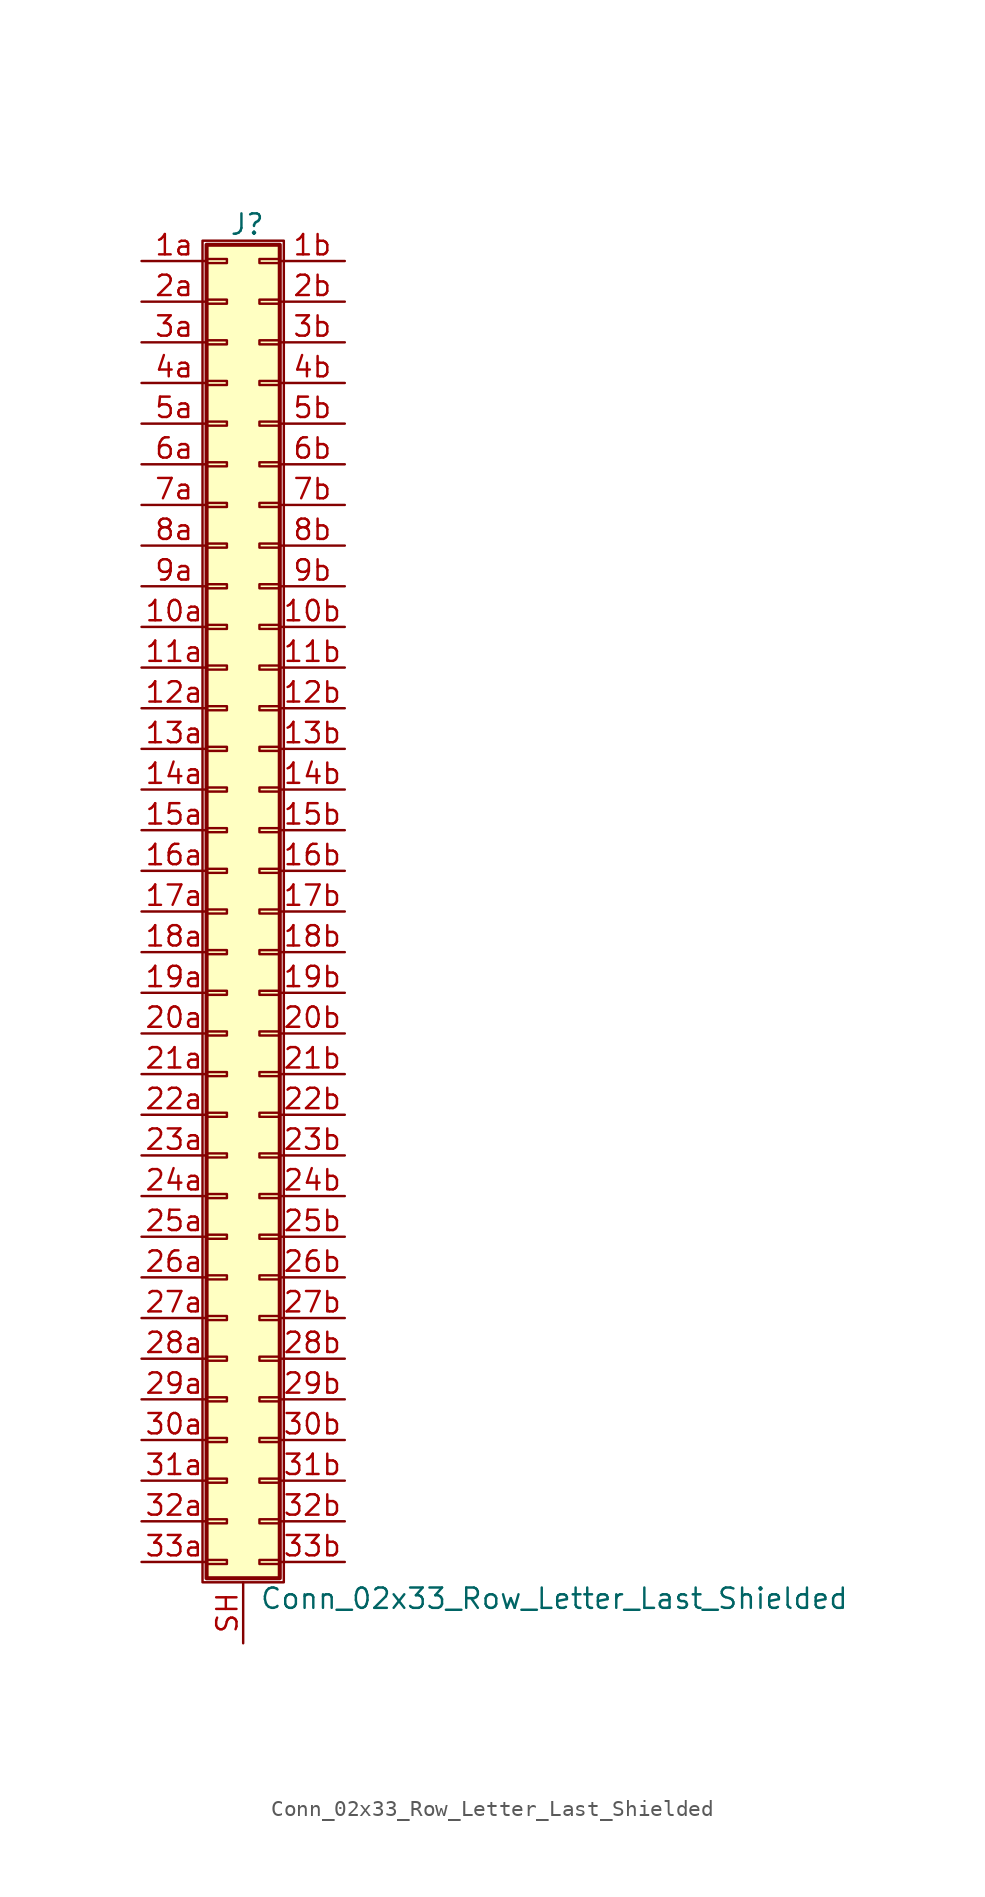
<source format=kicad_sym>
(kicad_symbol_lib
  (version 20201005)
  (generator kicad_symbol_editor)
  (symbol "Conn_02x33_Row_Letter_Last_Shielded"
    (pin_names
      (offset 1.016) hide)
    (property "Reference" "J"
      (at 1.524 42.926 0)
      (effects (font (size 1.27 1.27))))
    (property "Value" "Conn_02x33_Row_Letter_Last_Shielded"
      (at 2.286 -42.926 0)
      (effects (font (size 1.27 1.27)) (justify left)))
    (symbol "Conn_02x33_Row_Letter_Last_Shielded_1_1"
      (rectangle (start -1.27 41.91) (end 3.81 -41.91) (stroke (width 0.152)) (fill (type none)))
      (rectangle (start -1.016 -40.513) (end 0.254 -40.767) (stroke (width 0.152)) (fill (type none)))
      (rectangle (start -1.016 -37.973) (end 0.254 -38.227) (stroke (width 0.152)) (fill (type none)))
      (rectangle (start -1.016 -35.433) (end 0.254 -35.687) (stroke (width 0.152)) (fill (type none)))
      (rectangle (start -1.016 -32.893) (end 0.254 -33.147) (stroke (width 0.152)) (fill (type none)))
      (rectangle (start -1.016 -30.353) (end 0.254 -30.607) (stroke (width 0.152)) (fill (type none)))
      (rectangle (start -1.016 -27.813) (end 0.254 -28.067) (stroke (width 0.152)) (fill (type none)))
      (rectangle (start -1.016 -25.273) (end 0.254 -25.527) (stroke (width 0.152)) (fill (type none)))
      (rectangle (start -1.016 -22.733) (end 0.254 -22.987) (stroke (width 0.152)) (fill (type none)))
      (rectangle (start -1.016 -20.193) (end 0.254 -20.447) (stroke (width 0.152)) (fill (type none)))
      (rectangle (start -1.016 -17.653) (end 0.254 -17.907) (stroke (width 0.152)) (fill (type none)))
      (rectangle (start -1.016 -15.113) (end 0.254 -15.367) (stroke (width 0.152)) (fill (type none)))
      (rectangle (start -1.016 -12.573) (end 0.254 -12.827) (stroke (width 0.152)) (fill (type none)))
      (rectangle (start -1.016 -10.033) (end 0.254 -10.287) (stroke (width 0.152)) (fill (type none)))
      (rectangle (start -1.016 -7.493) (end 0.254 -7.747) (stroke (width 0.152)) (fill (type none)))
      (rectangle (start -1.016 -4.953) (end 0.254 -5.207) (stroke (width 0.152)) (fill (type none)))
      (rectangle (start -1.016 -2.413) (end 0.254 -2.667) (stroke (width 0.152)) (fill (type none)))
      (rectangle (start -1.016 0.127) (end 0.254 -0.127) (stroke (width 0.152)) (fill (type none)))
      (rectangle (start -1.016 2.667) (end 0.254 2.413) (stroke (width 0.152)) (fill (type none)))
      (rectangle (start -1.016 5.207) (end 0.254 4.953) (stroke (width 0.152)) (fill (type none)))
      (rectangle (start -1.016 7.747) (end 0.254 7.493) (stroke (width 0.152)) (fill (type none)))
      (rectangle (start -1.016 10.287) (end 0.254 10.033) (stroke (width 0.152)) (fill (type none)))
      (rectangle (start -1.016 12.827) (end 0.254 12.573) (stroke (width 0.152)) (fill (type none)))
      (rectangle (start -1.016 15.367) (end 0.254 15.113) (stroke (width 0.152)) (fill (type none)))
      (rectangle (start -1.016 17.907) (end 0.254 17.653) (stroke (width 0.152)) (fill (type none)))
      (rectangle (start -1.016 20.447) (end 0.254 20.193) (stroke (width 0.152)) (fill (type none)))
      (rectangle (start -1.016 22.987) (end 0.254 22.733) (stroke (width 0.152)) (fill (type none)))
      (rectangle (start -1.016 25.527) (end 0.254 25.273) (stroke (width 0.152)) (fill (type none)))
      (rectangle (start -1.016 28.067) (end 0.254 27.813) (stroke (width 0.152)) (fill (type none)))
      (rectangle (start -1.016 30.607) (end 0.254 30.353) (stroke (width 0.152)) (fill (type none)))
      (rectangle (start -1.016 33.147) (end 0.254 32.893) (stroke (width 0.152)) (fill (type none)))
      (rectangle (start -1.016 35.687) (end 0.254 35.433) (stroke (width 0.152)) (fill (type none)))
      (rectangle (start -1.016 38.227) (end 0.254 37.973) (stroke (width 0.152)) (fill (type none)))
      (rectangle (start -1.016 40.767) (end 0.254 40.513) (stroke (width 0.152)) (fill (type none)))
      (rectangle (start -1.016 41.656) (end 3.556 -41.656) (stroke (width 0.254)) (fill (type background)))
      (rectangle (start 3.556 -40.513) (end 2.286 -40.767) (stroke (width 0.152)) (fill (type none)))
      (rectangle (start 3.556 -37.973) (end 2.286 -38.227) (stroke (width 0.152)) (fill (type none)))
      (rectangle (start 3.556 -35.433) (end 2.286 -35.687) (stroke (width 0.152)) (fill (type none)))
      (rectangle (start 3.556 -32.893) (end 2.286 -33.147) (stroke (width 0.152)) (fill (type none)))
      (rectangle (start 3.556 -30.353) (end 2.286 -30.607) (stroke (width 0.152)) (fill (type none)))
      (rectangle (start 3.556 -27.813) (end 2.286 -28.067) (stroke (width 0.152)) (fill (type none)))
      (rectangle (start 3.556 -25.273) (end 2.286 -25.527) (stroke (width 0.152)) (fill (type none)))
      (rectangle (start 3.556 -22.733) (end 2.286 -22.987) (stroke (width 0.152)) (fill (type none)))
      (rectangle (start 3.556 -20.193) (end 2.286 -20.447) (stroke (width 0.152)) (fill (type none)))
      (rectangle (start 3.556 -17.653) (end 2.286 -17.907) (stroke (width 0.152)) (fill (type none)))
      (rectangle (start 3.556 -15.113) (end 2.286 -15.367) (stroke (width 0.152)) (fill (type none)))
      (rectangle (start 3.556 -12.573) (end 2.286 -12.827) (stroke (width 0.152)) (fill (type none)))
      (rectangle (start 3.556 -10.033) (end 2.286 -10.287) (stroke (width 0.152)) (fill (type none)))
      (rectangle (start 3.556 -7.493) (end 2.286 -7.747) (stroke (width 0.152)) (fill (type none)))
      (rectangle (start 3.556 -4.953) (end 2.286 -5.207) (stroke (width 0.152)) (fill (type none)))
      (rectangle (start 3.556 -2.413) (end 2.286 -2.667) (stroke (width 0.152)) (fill (type none)))
      (rectangle (start 3.556 0.127) (end 2.286 -0.127) (stroke (width 0.152)) (fill (type none)))
      (rectangle (start 3.556 2.667) (end 2.286 2.413) (stroke (width 0.152)) (fill (type none)))
      (rectangle (start 3.556 5.207) (end 2.286 4.953) (stroke (width 0.152)) (fill (type none)))
      (rectangle (start 3.556 7.747) (end 2.286 7.493) (stroke (width 0.152)) (fill (type none)))
      (rectangle (start 3.556 10.287) (end 2.286 10.033) (stroke (width 0.152)) (fill (type none)))
      (rectangle (start 3.556 12.827) (end 2.286 12.573) (stroke (width 0.152)) (fill (type none)))
      (rectangle (start 3.556 15.367) (end 2.286 15.113) (stroke (width 0.152)) (fill (type none)))
      (rectangle (start 3.556 17.907) (end 2.286 17.653) (stroke (width 0.152)) (fill (type none)))
      (rectangle (start 3.556 20.447) (end 2.286 20.193) (stroke (width 0.152)) (fill (type none)))
      (rectangle (start 3.556 22.987) (end 2.286 22.733) (stroke (width 0.152)) (fill (type none)))
      (rectangle (start 3.556 25.527) (end 2.286 25.273) (stroke (width 0.152)) (fill (type none)))
      (rectangle (start 3.556 28.067) (end 2.286 27.813) (stroke (width 0.152)) (fill (type none)))
      (rectangle (start 3.556 30.607) (end 2.286 30.353) (stroke (width 0.152)) (fill (type none)))
      (rectangle (start 3.556 33.147) (end 2.286 32.893) (stroke (width 0.152)) (fill (type none)))
      (rectangle (start 3.556 35.687) (end 2.286 35.433) (stroke (width 0.152)) (fill (type none)))
      (rectangle (start 3.556 38.227) (end 2.286 37.973) (stroke (width 0.152)) (fill (type none)))
      (rectangle (start 3.556 40.767) (end 2.286 40.513) (stroke (width 0.152)) (fill (type none)))
      (pin passive line (at -5.08 17.78 0) (length 4.064) (name "Pin_10a" (effects (font (size 1.27 1.27)))) (number "10a" (effects (font (size 1.27 1.27)))))
      (pin passive line (at 7.62 17.78 180) (length 4.064) (name "Pin_10b" (effects (font (size 1.27 1.27)))) (number "10b" (effects (font (size 1.27 1.27)))))
      (pin passive line (at -5.08 15.24 0) (length 4.064) (name "Pin_11a" (effects (font (size 1.27 1.27)))) (number "11a" (effects (font (size 1.27 1.27)))))
      (pin passive line (at 7.62 15.24 180) (length 4.064) (name "Pin_11b" (effects (font (size 1.27 1.27)))) (number "11b" (effects (font (size 1.27 1.27)))))
      (pin passive line (at -5.08 12.7 0) (length 4.064) (name "Pin_12a" (effects (font (size 1.27 1.27)))) (number "12a" (effects (font (size 1.27 1.27)))))
      (pin passive line (at 7.62 12.7 180) (length 4.064) (name "Pin_12b" (effects (font (size 1.27 1.27)))) (number "12b" (effects (font (size 1.27 1.27)))))
      (pin passive line (at -5.08 10.16 0) (length 4.064) (name "Pin_13a" (effects (font (size 1.27 1.27)))) (number "13a" (effects (font (size 1.27 1.27)))))
      (pin passive line (at 7.62 10.16 180) (length 4.064) (name "Pin_13b" (effects (font (size 1.27 1.27)))) (number "13b" (effects (font (size 1.27 1.27)))))
      (pin passive line (at -5.08 7.62 0) (length 4.064) (name "Pin_14a" (effects (font (size 1.27 1.27)))) (number "14a" (effects (font (size 1.27 1.27)))))
      (pin passive line (at 7.62 7.62 180) (length 4.064) (name "Pin_14b" (effects (font (size 1.27 1.27)))) (number "14b" (effects (font (size 1.27 1.27)))))
      (pin passive line (at -5.08 5.08 0) (length 4.064) (name "Pin_15a" (effects (font (size 1.27 1.27)))) (number "15a" (effects (font (size 1.27 1.27)))))
      (pin passive line (at 7.62 5.08 180) (length 4.064) (name "Pin_15b" (effects (font (size 1.27 1.27)))) (number "15b" (effects (font (size 1.27 1.27)))))
      (pin passive line (at -5.08 2.54 0) (length 4.064) (name "Pin_16a" (effects (font (size 1.27 1.27)))) (number "16a" (effects (font (size 1.27 1.27)))))
      (pin passive line (at 7.62 2.54 180) (length 4.064) (name "Pin_16b" (effects (font (size 1.27 1.27)))) (number "16b" (effects (font (size 1.27 1.27)))))
      (pin passive line (at -5.08 0 0) (length 4.064) (name "Pin_17a" (effects (font (size 1.27 1.27)))) (number "17a" (effects (font (size 1.27 1.27)))))
      (pin passive line (at 7.62 0 180) (length 4.064) (name "Pin_17b" (effects (font (size 1.27 1.27)))) (number "17b" (effects (font (size 1.27 1.27)))))
      (pin passive line (at -5.08 -2.54 0) (length 4.064) (name "Pin_18a" (effects (font (size 1.27 1.27)))) (number "18a" (effects (font (size 1.27 1.27)))))
      (pin passive line (at 7.62 -2.54 180) (length 4.064) (name "Pin_18b" (effects (font (size 1.27 1.27)))) (number "18b" (effects (font (size 1.27 1.27)))))
      (pin passive line (at -5.08 -5.08 0) (length 4.064) (name "Pin_19a" (effects (font (size 1.27 1.27)))) (number "19a" (effects (font (size 1.27 1.27)))))
      (pin passive line (at 7.62 -5.08 180) (length 4.064) (name "Pin_19b" (effects (font (size 1.27 1.27)))) (number "19b" (effects (font (size 1.27 1.27)))))
      (pin passive line (at -5.08 40.64 0) (length 4.064) (name "Pin_1a" (effects (font (size 1.27 1.27)))) (number "1a" (effects (font (size 1.27 1.27)))))
      (pin passive line (at 7.62 40.64 180) (length 4.064) (name "Pin_1b" (effects (font (size 1.27 1.27)))) (number "1b" (effects (font (size 1.27 1.27)))))
      (pin passive line (at -5.08 -7.62 0) (length 4.064) (name "Pin_20a" (effects (font (size 1.27 1.27)))) (number "20a" (effects (font (size 1.27 1.27)))))
      (pin passive line (at 7.62 -7.62 180) (length 4.064) (name "Pin_20b" (effects (font (size 1.27 1.27)))) (number "20b" (effects (font (size 1.27 1.27)))))
      (pin passive line (at -5.08 -10.16 0) (length 4.064) (name "Pin_21a" (effects (font (size 1.27 1.27)))) (number "21a" (effects (font (size 1.27 1.27)))))
      (pin passive line (at 7.62 -10.16 180) (length 4.064) (name "Pin_21b" (effects (font (size 1.27 1.27)))) (number "21b" (effects (font (size 1.27 1.27)))))
      (pin passive line (at -5.08 -12.7 0) (length 4.064) (name "Pin_22a" (effects (font (size 1.27 1.27)))) (number "22a" (effects (font (size 1.27 1.27)))))
      (pin passive line (at 7.62 -12.7 180) (length 4.064) (name "Pin_22b" (effects (font (size 1.27 1.27)))) (number "22b" (effects (font (size 1.27 1.27)))))
      (pin passive line (at -5.08 -15.24 0) (length 4.064) (name "Pin_23a" (effects (font (size 1.27 1.27)))) (number "23a" (effects (font (size 1.27 1.27)))))
      (pin passive line (at 7.62 -15.24 180) (length 4.064) (name "Pin_23b" (effects (font (size 1.27 1.27)))) (number "23b" (effects (font (size 1.27 1.27)))))
      (pin passive line (at -5.08 -17.78 0) (length 4.064) (name "Pin_24a" (effects (font (size 1.27 1.27)))) (number "24a" (effects (font (size 1.27 1.27)))))
      (pin passive line (at 7.62 -17.78 180) (length 4.064) (name "Pin_24b" (effects (font (size 1.27 1.27)))) (number "24b" (effects (font (size 1.27 1.27)))))
      (pin passive line (at -5.08 -20.32 0) (length 4.064) (name "Pin_25a" (effects (font (size 1.27 1.27)))) (number "25a" (effects (font (size 1.27 1.27)))))
      (pin passive line (at 7.62 -20.32 180) (length 4.064) (name "Pin_25b" (effects (font (size 1.27 1.27)))) (number "25b" (effects (font (size 1.27 1.27)))))
      (pin passive line (at -5.08 -22.86 0) (length 4.064) (name "Pin_26a" (effects (font (size 1.27 1.27)))) (number "26a" (effects (font (size 1.27 1.27)))))
      (pin passive line (at 7.62 -22.86 180) (length 4.064) (name "Pin_26b" (effects (font (size 1.27 1.27)))) (number "26b" (effects (font (size 1.27 1.27)))))
      (pin passive line (at -5.08 -25.4 0) (length 4.064) (name "Pin_27a" (effects (font (size 1.27 1.27)))) (number "27a" (effects (font (size 1.27 1.27)))))
      (pin passive line (at 7.62 -25.4 180) (length 4.064) (name "Pin_27b" (effects (font (size 1.27 1.27)))) (number "27b" (effects (font (size 1.27 1.27)))))
      (pin passive line (at -5.08 -27.94 0) (length 4.064) (name "Pin_28a" (effects (font (size 1.27 1.27)))) (number "28a" (effects (font (size 1.27 1.27)))))
      (pin passive line (at 7.62 -27.94 180) (length 4.064) (name "Pin_28b" (effects (font (size 1.27 1.27)))) (number "28b" (effects (font (size 1.27 1.27)))))
      (pin passive line (at -5.08 -30.48 0) (length 4.064) (name "Pin_29a" (effects (font (size 1.27 1.27)))) (number "29a" (effects (font (size 1.27 1.27)))))
      (pin passive line (at 7.62 -30.48 180) (length 4.064) (name "Pin_29b" (effects (font (size 1.27 1.27)))) (number "29b" (effects (font (size 1.27 1.27)))))
      (pin passive line (at -5.08 38.1 0) (length 4.064) (name "Pin_2a" (effects (font (size 1.27 1.27)))) (number "2a" (effects (font (size 1.27 1.27)))))
      (pin passive line (at 7.62 38.1 180) (length 4.064) (name "Pin_2b" (effects (font (size 1.27 1.27)))) (number "2b" (effects (font (size 1.27 1.27)))))
      (pin passive line (at -5.08 -33.02 0) (length 4.064) (name "Pin_30a" (effects (font (size 1.27 1.27)))) (number "30a" (effects (font (size 1.27 1.27)))))
      (pin passive line (at 7.62 -33.02 180) (length 4.064) (name "Pin_30b" (effects (font (size 1.27 1.27)))) (number "30b" (effects (font (size 1.27 1.27)))))
      (pin passive line (at -5.08 -35.56 0) (length 4.064) (name "Pin_31a" (effects (font (size 1.27 1.27)))) (number "31a" (effects (font (size 1.27 1.27)))))
      (pin passive line (at 7.62 -35.56 180) (length 4.064) (name "Pin_31b" (effects (font (size 1.27 1.27)))) (number "31b" (effects (font (size 1.27 1.27)))))
      (pin passive line (at -5.08 -38.1 0) (length 4.064) (name "Pin_32a" (effects (font (size 1.27 1.27)))) (number "32a" (effects (font (size 1.27 1.27)))))
      (pin passive line (at 7.62 -38.1 180) (length 4.064) (name "Pin_32b" (effects (font (size 1.27 1.27)))) (number "32b" (effects (font (size 1.27 1.27)))))
      (pin passive line (at -5.08 -40.64 0) (length 4.064) (name "Pin_33a" (effects (font (size 1.27 1.27)))) (number "33a" (effects (font (size 1.27 1.27)))))
      (pin passive line (at 7.62 -40.64 180) (length 4.064) (name "Pin_33b" (effects (font (size 1.27 1.27)))) (number "33b" (effects (font (size 1.27 1.27)))))
      (pin passive line (at -5.08 35.56 0) (length 4.064) (name "Pin_3a" (effects (font (size 1.27 1.27)))) (number "3a" (effects (font (size 1.27 1.27)))))
      (pin passive line (at 7.62 35.56 180) (length 4.064) (name "Pin_3b" (effects (font (size 1.27 1.27)))) (number "3b" (effects (font (size 1.27 1.27)))))
      (pin passive line (at -5.08 33.02 0) (length 4.064) (name "Pin_4a" (effects (font (size 1.27 1.27)))) (number "4a" (effects (font (size 1.27 1.27)))))
      (pin passive line (at 7.62 33.02 180) (length 4.064) (name "Pin_4b" (effects (font (size 1.27 1.27)))) (number "4b" (effects (font (size 1.27 1.27)))))
      (pin passive line (at -5.08 30.48 0) (length 4.064) (name "Pin_5a" (effects (font (size 1.27 1.27)))) (number "5a" (effects (font (size 1.27 1.27)))))
      (pin passive line (at 7.62 30.48 180) (length 4.064) (name "Pin_5b" (effects (font (size 1.27 1.27)))) (number "5b" (effects (font (size 1.27 1.27)))))
      (pin passive line (at -5.08 27.94 0) (length 4.064) (name "Pin_6a" (effects (font (size 1.27 1.27)))) (number "6a" (effects (font (size 1.27 1.27)))))
      (pin passive line (at 7.62 27.94 180) (length 4.064) (name "Pin_6b" (effects (font (size 1.27 1.27)))) (number "6b" (effects (font (size 1.27 1.27)))))
      (pin passive line (at -5.08 25.4 0) (length 4.064) (name "Pin_7a" (effects (font (size 1.27 1.27)))) (number "7a" (effects (font (size 1.27 1.27)))))
      (pin passive line (at 7.62 25.4 180) (length 4.064) (name "Pin_7b" (effects (font (size 1.27 1.27)))) (number "7b" (effects (font (size 1.27 1.27)))))
      (pin passive line (at -5.08 22.86 0) (length 4.064) (name "Pin_8a" (effects (font (size 1.27 1.27)))) (number "8a" (effects (font (size 1.27 1.27)))))
      (pin passive line (at 7.62 22.86 180) (length 4.064) (name "Pin_8b" (effects (font (size 1.27 1.27)))) (number "8b" (effects (font (size 1.27 1.27)))))
      (pin passive line (at -5.08 20.32 0) (length 4.064) (name "Pin_9a" (effects (font (size 1.27 1.27)))) (number "9a" (effects (font (size 1.27 1.27)))))
      (pin passive line (at 7.62 20.32 180) (length 4.064) (name "Pin_9b" (effects (font (size 1.27 1.27)))) (number "9b" (effects (font (size 1.27 1.27)))))
      (pin passive line (at 1.27 -45.72 90) (length 3.81) (name "Shield" (effects (font (size 1.27 1.27)))) (number "SH" (effects (font (size 1.27 1.27))))))))
</source>
